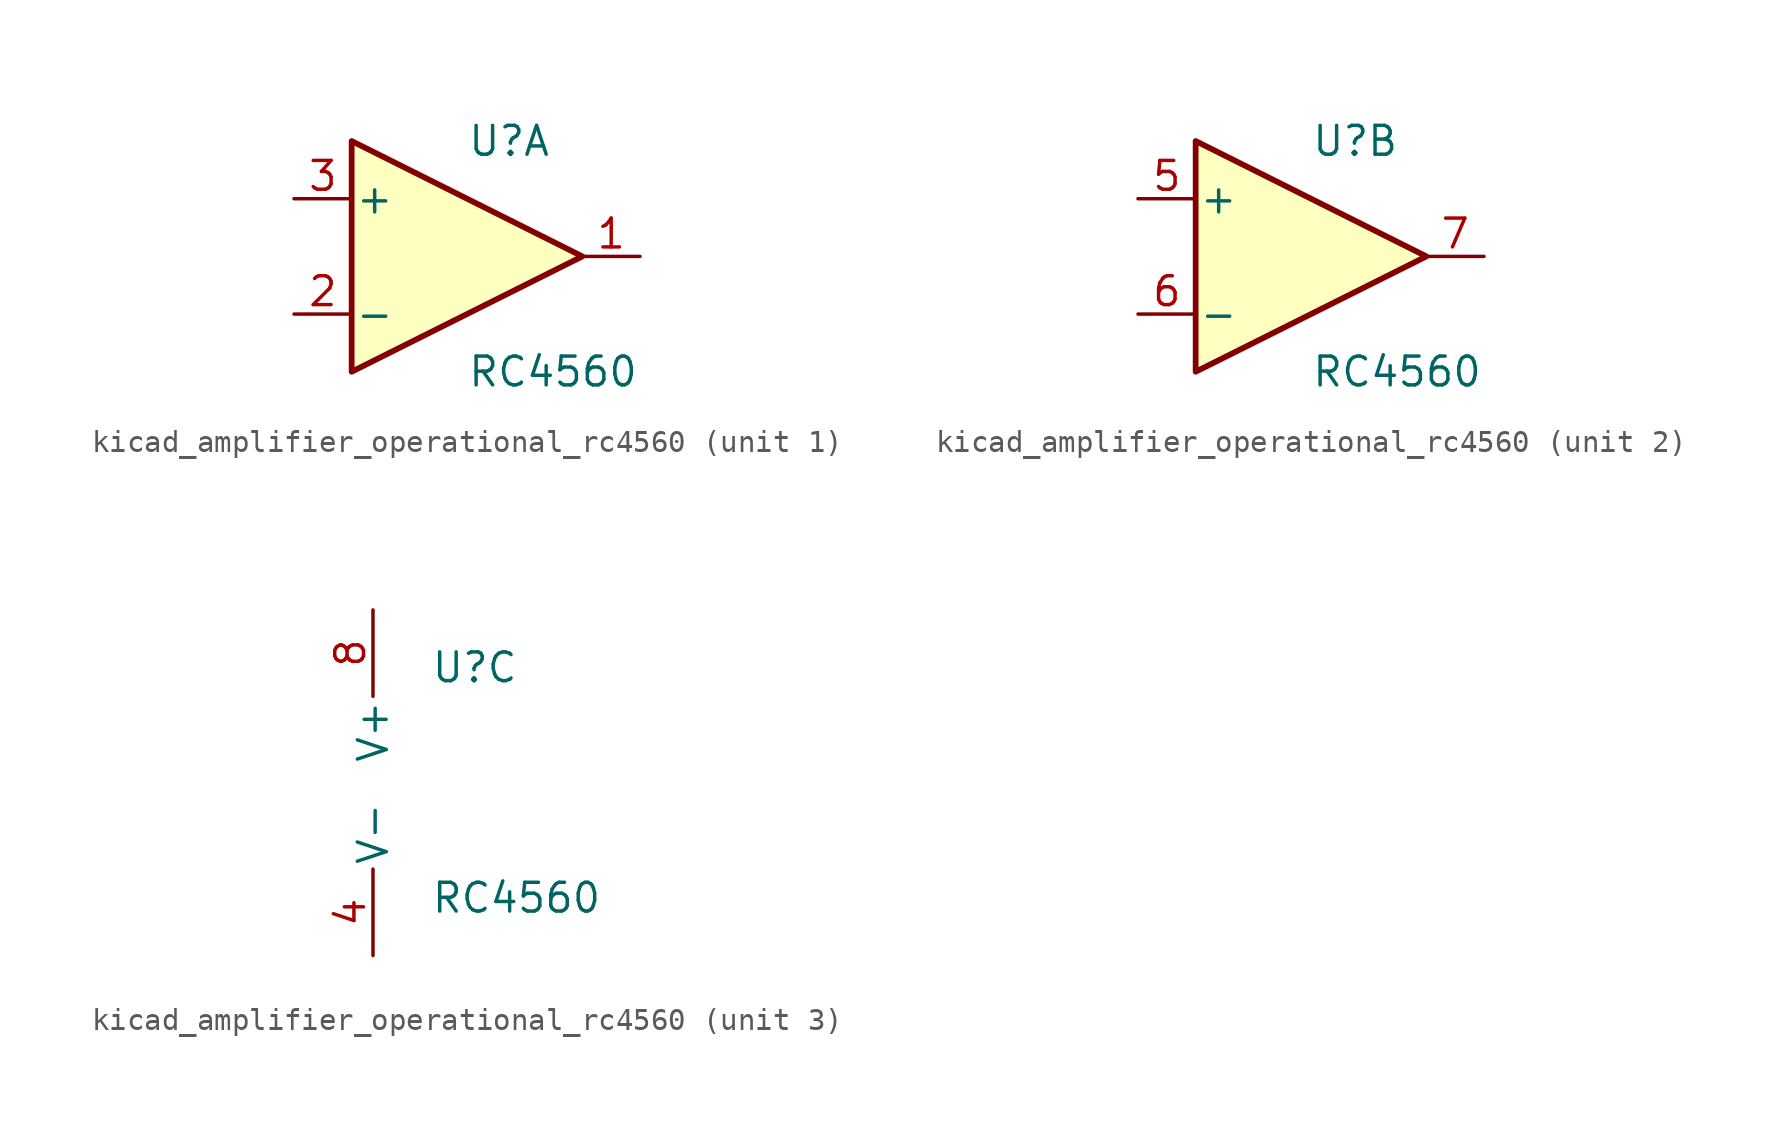
<source format=kicad_sym>
(kicad_symbol_lib
  (version 20220914)
  (generator kicad_symbol_editor)
  (symbol "kicad_amplifier_operational_rc4560"
    (pin_names
      (offset 0.127))
    (property "Reference" "U"
      (at 0 5.08 0)
      (effects (font (size 1.27 1.27)) (justify left)))
    (property "Value" "RC4560"
      (at 0 -5.08 0)
      (effects (font (size 1.27 1.27)) (justify left)))
    (property "ki_locked" ""
      (at 0 0 0)
      (effects (font (size 1.27 1.27))))
    (symbol "kicad_amplifier_operational_rc4560_1_1"
      (polyline (pts (xy -5.08 5.08) (xy 5.08 0) (xy -5.08 -5.08) (xy -5.08 5.08)) (stroke (width 0.254) (type default)) (fill (type background)))
      (pin output line (at 7.62 0 180) (length 2.54) (name "~" (effects (font (size 1.27 1.27)))) (number "1" (effects (font (size 1.27 1.27)))))
      (pin input line (at -7.62 -2.54 0) (length 2.54) (name "-" (effects (font (size 1.27 1.27)))) (number "2" (effects (font (size 1.27 1.27)))))
      (pin input line (at -7.62 2.54 0) (length 2.54) (name "+" (effects (font (size 1.27 1.27)))) (number "3" (effects (font (size 1.27 1.27))))))
    (symbol "kicad_amplifier_operational_rc4560_2_1"
      (polyline (pts (xy -5.08 5.08) (xy 5.08 0) (xy -5.08 -5.08) (xy -5.08 5.08)) (stroke (width 0.254) (type default)) (fill (type background)))
      (pin input line (at -7.62 2.54 0) (length 2.54) (name "+" (effects (font (size 1.27 1.27)))) (number "5" (effects (font (size 1.27 1.27)))))
      (pin input line (at -7.62 -2.54 0) (length 2.54) (name "-" (effects (font (size 1.27 1.27)))) (number "6" (effects (font (size 1.27 1.27)))))
      (pin output line (at 7.62 0 180) (length 2.54) (name "~" (effects (font (size 1.27 1.27)))) (number "7" (effects (font (size 1.27 1.27))))))
    (symbol "kicad_amplifier_operational_rc4560_3_1"
      (pin power_in line (at -2.54 -7.62 90) (length 3.81) (name "V-" (effects (font (size 1.27 1.27)))) (number "4" (effects (font (size 1.27 1.27)))))
      (pin power_in line (at -2.54 7.62 270) (length 3.81) (name "V+" (effects (font (size 1.27 1.27)))) (number "8" (effects (font (size 1.27 1.27))))))))
</source>
